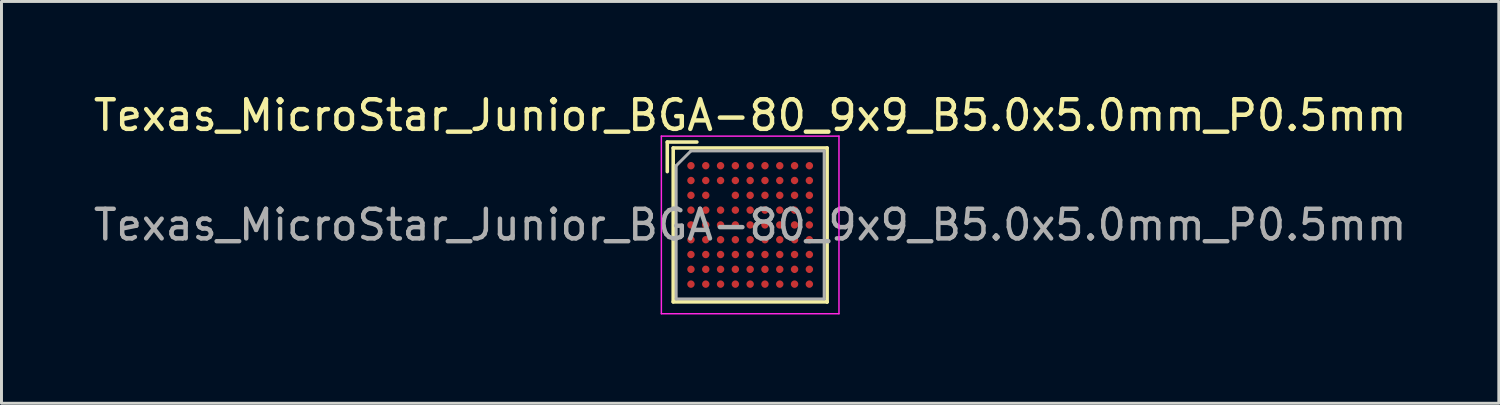
<source format=kicad_pcb>
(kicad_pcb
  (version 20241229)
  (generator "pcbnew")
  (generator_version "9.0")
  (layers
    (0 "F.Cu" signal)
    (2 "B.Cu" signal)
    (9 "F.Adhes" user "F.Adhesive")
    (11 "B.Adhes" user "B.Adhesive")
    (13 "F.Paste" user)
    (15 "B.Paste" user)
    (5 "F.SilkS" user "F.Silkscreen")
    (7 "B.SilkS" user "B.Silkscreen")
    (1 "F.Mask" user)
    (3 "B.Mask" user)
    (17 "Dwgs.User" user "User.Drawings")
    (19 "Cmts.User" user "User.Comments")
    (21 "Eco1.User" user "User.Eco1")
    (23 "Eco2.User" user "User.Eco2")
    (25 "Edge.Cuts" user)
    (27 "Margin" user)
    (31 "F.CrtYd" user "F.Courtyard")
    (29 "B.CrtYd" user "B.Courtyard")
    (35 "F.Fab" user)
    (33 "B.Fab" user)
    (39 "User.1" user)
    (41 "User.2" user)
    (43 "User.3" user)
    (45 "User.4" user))
  (footprint "Texas_MicroStar_Junior_BGA-80_9x9_B5.0x5.0mm_P0.5mm"
    (layer "F.Cu")
    (at 22.292 4.548)
    (property "Reference" "Texas_MicroStar_Junior_BGA-80_9x9_B5.0x5.0mm_P0.5mm" (at 0 -3.7 0) (layer "F.SilkS") (effects (font (size 1 1) (thickness 0.15))))
    (attr smd)
    (fp_line (start -2.8 -2.8) (end -1.8 -2.8) (stroke (width 0.12) (type solid)) (layer "F.SilkS"))
    (fp_line (start -2.8 -1.8) (end -2.8 -2.8) (stroke (width 0.12) (type solid)) (layer "F.SilkS"))
    (fp_line (start -2.6 -2.6) (end 2.6 -2.6) (stroke (width 0.12) (type solid)) (layer "F.SilkS"))
    (fp_line (start -2.6 2.6) (end -2.6 -2.6) (stroke (width 0.12) (type solid)) (layer "F.SilkS"))
    (fp_line (start 2.6 -2.6) (end 2.6 2.6) (stroke (width 0.12) (type solid)) (layer "F.SilkS"))
    (fp_line (start 2.6 2.6) (end -2.6 2.6) (stroke (width 0.12) (type solid)) (layer "F.SilkS"))
    (fp_line (start 2.6 2.6) (end 2.6 2.6) (stroke (width 0.12) (type solid)) (layer "F.SilkS"))
    (fp_line (start -3 -3) (end 3 -3) (stroke (width 0.05) (type solid)) (layer "F.CrtYd"))
    (fp_line (start -3 3) (end -3 -3) (stroke (width 0.05) (type solid)) (layer "F.CrtYd"))
    (fp_line (start 3 -3) (end 3 3) (stroke (width 0.05) (type solid)) (layer "F.CrtYd"))
    (fp_line (start 3 3) (end -3 3) (stroke (width 0.05) (type solid)) (layer "F.CrtYd"))
    (fp_line (start -2.5 2.5) (end -2.5 -2) (stroke (width 0.1) (type solid)) (layer "F.Fab"))
    (fp_line (start -2 -2.5) (end -2.5 -2) (stroke (width 0.1) (type solid)) (layer "F.Fab"))
    (fp_line (start -2 -2.5) (end 2.5 -2.5) (stroke (width 0.1) (type solid)) (layer "F.Fab"))
    (fp_line (start 2.5 -2.5) (end 2.5 2.5) (stroke (width 0.1) (type solid)) (layer "F.Fab"))
    (fp_line (start 2.5 2.5) (end -2.5 2.5) (stroke (width 0.1) (type solid)) (layer "F.Fab"))
    (fp_text user "${REFERENCE}" (at 0 0 0) (layer "F.Fab") (effects (font (size 1 1) (thickness 0.15))))
    (pad "A1" smd circle (at -2 -2) (size 0.25 0.25) (layers "F.Cu" "F.Mask" "F.Paste"))
    (pad "A2" smd circle (at -1.5 -2) (size 0.25 0.25) (layers "F.Cu" "F.Mask" "F.Paste"))
    (pad "A3" smd circle (at -1 -2) (size 0.25 0.25) (layers "F.Cu" "F.Mask" "F.Paste"))
    (pad "A4" smd circle (at -0.5 -2) (size 0.25 0.25) (layers "F.Cu" "F.Mask" "F.Paste"))
    (pad "A5" smd circle (at 0 -2) (size 0.25 0.25) (layers "F.Cu" "F.Mask" "F.Paste"))
    (pad "A6" smd circle (at 0.5 -2) (size 0.25 0.25) (layers "F.Cu" "F.Mask" "F.Paste"))
    (pad "A7" smd circle (at 1 -2) (size 0.25 0.25) (layers "F.Cu" "F.Mask" "F.Paste"))
    (pad "A8" smd circle (at 1.5 -2) (size 0.25 0.25) (layers "F.Cu" "F.Mask" "F.Paste"))
    (pad "A9" smd circle (at 2 -2) (size 0.25 0.25) (layers "F.Cu" "F.Mask" "F.Paste"))
    (pad "B1" smd circle (at -2 -1.5) (size 0.25 0.25) (layers "F.Cu" "F.Mask" "F.Paste"))
    (pad "B2" smd circle (at -1.5 -1.5) (size 0.25 0.25) (layers "F.Cu" "F.Mask" "F.Paste"))
    (pad "B3" smd circle (at -1 -1.5) (size 0.25 0.25) (layers "F.Cu" "F.Mask" "F.Paste"))
    (pad "B4" smd circle (at -0.5 -1.5) (size 0.25 0.25) (layers "F.Cu" "F.Mask" "F.Paste"))
    (pad "B5" smd circle (at 0 -1.5) (size 0.25 0.25) (layers "F.Cu" "F.Mask" "F.Paste"))
    (pad "B6" smd circle (at 0.5 -1.5) (size 0.25 0.25) (layers "F.Cu" "F.Mask" "F.Paste"))
    (pad "B7" smd circle (at 1 -1.5) (size 0.25 0.25) (layers "F.Cu" "F.Mask" "F.Paste"))
    (pad "B8" smd circle (at 1.5 -1.5) (size 0.25 0.25) (layers "F.Cu" "F.Mask" "F.Paste"))
    (pad "B9" smd circle (at 2 -1.5) (size 0.25 0.25) (layers "F.Cu" "F.Mask" "F.Paste"))
    (pad "C1" smd circle (at -2 -1) (size 0.25 0.25) (layers "F.Cu" "F.Mask" "F.Paste"))
    (pad "C2" smd circle (at -1.5 -1) (size 0.25 0.25) (layers "F.Cu" "F.Mask" "F.Paste"))
    (pad "C4" smd circle (at -0.5 -1) (size 0.25 0.25) (layers "F.Cu" "F.Mask" "F.Paste"))
    (pad "C5" smd circle (at 0 -1) (size 0.25 0.25) (layers "F.Cu" "F.Mask" "F.Paste"))
    (pad "C6" smd circle (at 0.5 -1) (size 0.25 0.25) (layers "F.Cu" "F.Mask" "F.Paste"))
    (pad "C7" smd circle (at 1 -1) (size 0.25 0.25) (layers "F.Cu" "F.Mask" "F.Paste"))
    (pad "C8" smd circle (at 1.5 -1) (size 0.25 0.25) (layers "F.Cu" "F.Mask" "F.Paste"))
    (pad "C9" smd circle (at 2 -1) (size 0.25 0.25) (layers "F.Cu" "F.Mask" "F.Paste"))
    (pad "D1" smd circle (at -2 -0.5) (size 0.25 0.25) (layers "F.Cu" "F.Mask" "F.Paste"))
    (pad "D2" smd circle (at -1.5 -0.5) (size 0.25 0.25) (layers "F.Cu" "F.Mask" "F.Paste"))
    (pad "D3" smd circle (at -1 -0.5) (size 0.25 0.25) (layers "F.Cu" "F.Mask" "F.Paste"))
    (pad "D4" smd circle (at -0.5 -0.5) (size 0.25 0.25) (layers "F.Cu" "F.Mask" "F.Paste"))
    (pad "D5" smd circle (at 0 -0.5) (size 0.25 0.25) (layers "F.Cu" "F.Mask" "F.Paste"))
    (pad "D6" smd circle (at 0.5 -0.5) (size 0.25 0.25) (layers "F.Cu" "F.Mask" "F.Paste"))
    (pad "D7" smd circle (at 1 -0.5) (size 0.25 0.25) (layers "F.Cu" "F.Mask" "F.Paste"))
    (pad "D8" smd circle (at 1.5 -0.5) (size 0.25 0.25) (layers "F.Cu" "F.Mask" "F.Paste"))
    (pad "D9" smd circle (at 2 -0.5) (size 0.25 0.25) (layers "F.Cu" "F.Mask" "F.Paste"))
    (pad "E1" smd circle (at -2 0) (size 0.25 0.25) (layers "F.Cu" "F.Mask" "F.Paste"))
    (pad "E2" smd circle (at -1.5 0) (size 0.25 0.25) (layers "F.Cu" "F.Mask" "F.Paste"))
    (pad "E3" smd circle (at -1 0) (size 0.25 0.25) (layers "F.Cu" "F.Mask" "F.Paste"))
    (pad "E4" smd circle (at -0.5 0) (size 0.25 0.25) (layers "F.Cu" "F.Mask" "F.Paste"))
    (pad "E5" smd circle (at 0 0) (size 0.25 0.25) (layers "F.Cu" "F.Mask" "F.Paste"))
    (pad "E6" smd circle (at 0.5 0) (size 0.25 0.25) (layers "F.Cu" "F.Mask" "F.Paste"))
    (pad "E7" smd circle (at 1 0) (size 0.25 0.25) (layers "F.Cu" "F.Mask" "F.Paste"))
    (pad "E8" smd circle (at 1.5 0) (size 0.25 0.25) (layers "F.Cu" "F.Mask" "F.Paste"))
    (pad "E9" smd circle (at 2 0) (size 0.25 0.25) (layers "F.Cu" "F.Mask" "F.Paste"))
    (pad "F1" smd circle (at -2 0.5) (size 0.25 0.25) (layers "F.Cu" "F.Mask" "F.Paste"))
    (pad "F2" smd circle (at -1.5 0.5) (size 0.25 0.25) (layers "F.Cu" "F.Mask" "F.Paste"))
    (pad "F3" smd circle (at -1 0.5) (size 0.25 0.25) (layers "F.Cu" "F.Mask" "F.Paste"))
    (pad "F4" smd circle (at -0.5 0.5) (size 0.25 0.25) (layers "F.Cu" "F.Mask" "F.Paste"))
    (pad "F5" smd circle (at 0 0.5) (size 0.25 0.25) (layers "F.Cu" "F.Mask" "F.Paste"))
    (pad "F6" smd circle (at 0.5 0.5) (size 0.25 0.25) (layers "F.Cu" "F.Mask" "F.Paste"))
    (pad "F7" smd circle (at 1 0.5) (size 0.25 0.25) (layers "F.Cu" "F.Mask" "F.Paste"))
    (pad "F8" smd circle (at 1.5 0.5) (size 0.25 0.25) (layers "F.Cu" "F.Mask" "F.Paste"))
    (pad "F9" smd circle (at 2 0.5) (size 0.25 0.25) (layers "F.Cu" "F.Mask" "F.Paste"))
    (pad "G1" smd circle (at -2 1) (size 0.25 0.25) (layers "F.Cu" "F.Mask" "F.Paste"))
    (pad "G2" smd circle (at -1.5 1) (size 0.25 0.25) (layers "F.Cu" "F.Mask" "F.Paste"))
    (pad "G3" smd circle (at -1 1) (size 0.25 0.25) (layers "F.Cu" "F.Mask" "F.Paste"))
    (pad "G4" smd circle (at -0.5 1) (size 0.25 0.25) (layers "F.Cu" "F.Mask" "F.Paste"))
    (pad "G5" smd circle (at 0 1) (size 0.25 0.25) (layers "F.Cu" "F.Mask" "F.Paste"))
    (pad "G6" smd circle (at 0.5 1) (size 0.25 0.25) (layers "F.Cu" "F.Mask" "F.Paste"))
    (pad "G7" smd circle (at 1 1) (size 0.25 0.25) (layers "F.Cu" "F.Mask" "F.Paste"))
    (pad "G8" smd circle (at 1.5 1) (size 0.25 0.25) (layers "F.Cu" "F.Mask" "F.Paste"))
    (pad "G9" smd circle (at 2 1) (size 0.25 0.25) (layers "F.Cu" "F.Mask" "F.Paste"))
    (pad "H1" smd circle (at -2 1.5) (size 0.25 0.25) (layers "F.Cu" "F.Mask" "F.Paste"))
    (pad "H2" smd circle (at -1.5 1.5) (size 0.25 0.25) (layers "F.Cu" "F.Mask" "F.Paste"))
    (pad "H3" smd circle (at -1 1.5) (size 0.25 0.25) (layers "F.Cu" "F.Mask" "F.Paste"))
    (pad "H4" smd circle (at -0.5 1.5) (size 0.25 0.25) (layers "F.Cu" "F.Mask" "F.Paste"))
    (pad "H5" smd circle (at 0 1.5) (size 0.25 0.25) (layers "F.Cu" "F.Mask" "F.Paste"))
    (pad "H6" smd circle (at 0.5 1.5) (size 0.25 0.25) (layers "F.Cu" "F.Mask" "F.Paste"))
    (pad "H7" smd circle (at 1 1.5) (size 0.25 0.25) (layers "F.Cu" "F.Mask" "F.Paste"))
    (pad "H8" smd circle (at 1.5 1.5) (size 0.25 0.25) (layers "F.Cu" "F.Mask" "F.Paste"))
    (pad "H9" smd circle (at 2 1.5) (size 0.25 0.25) (layers "F.Cu" "F.Mask" "F.Paste"))
    (pad "J1" smd circle (at -2 2) (size 0.25 0.25) (layers "F.Cu" "F.Mask" "F.Paste"))
    (pad "J2" smd circle (at -1.5 2) (size 0.25 0.25) (layers "F.Cu" "F.Mask" "F.Paste"))
    (pad "J3" smd circle (at -1 2) (size 0.25 0.25) (layers "F.Cu" "F.Mask" "F.Paste"))
    (pad "J4" smd circle (at -0.5 2) (size 0.25 0.25) (layers "F.Cu" "F.Mask" "F.Paste"))
    (pad "J5" smd circle (at 0 2) (size 0.25 0.25) (layers "F.Cu" "F.Mask" "F.Paste"))
    (pad "J6" smd circle (at 0.5 2) (size 0.25 0.25) (layers "F.Cu" "F.Mask" "F.Paste"))
    (pad "J7" smd circle (at 1 2) (size 0.25 0.25) (layers "F.Cu" "F.Mask" "F.Paste"))
    (pad "J8" smd circle (at 1.5 2) (size 0.25 0.25) (layers "F.Cu" "F.Mask" "F.Paste"))
    (pad "J9" smd circle (at 2 2) (size 0.25 0.25) (layers "F.Cu" "F.Mask" "F.Paste")))
  (gr_rect
    (start -3 -3)
    (end 47.583 10.573)
    (stroke (width 0.1) (type default))
    (fill no)
    (layer "Edge.Cuts")))
</source>
